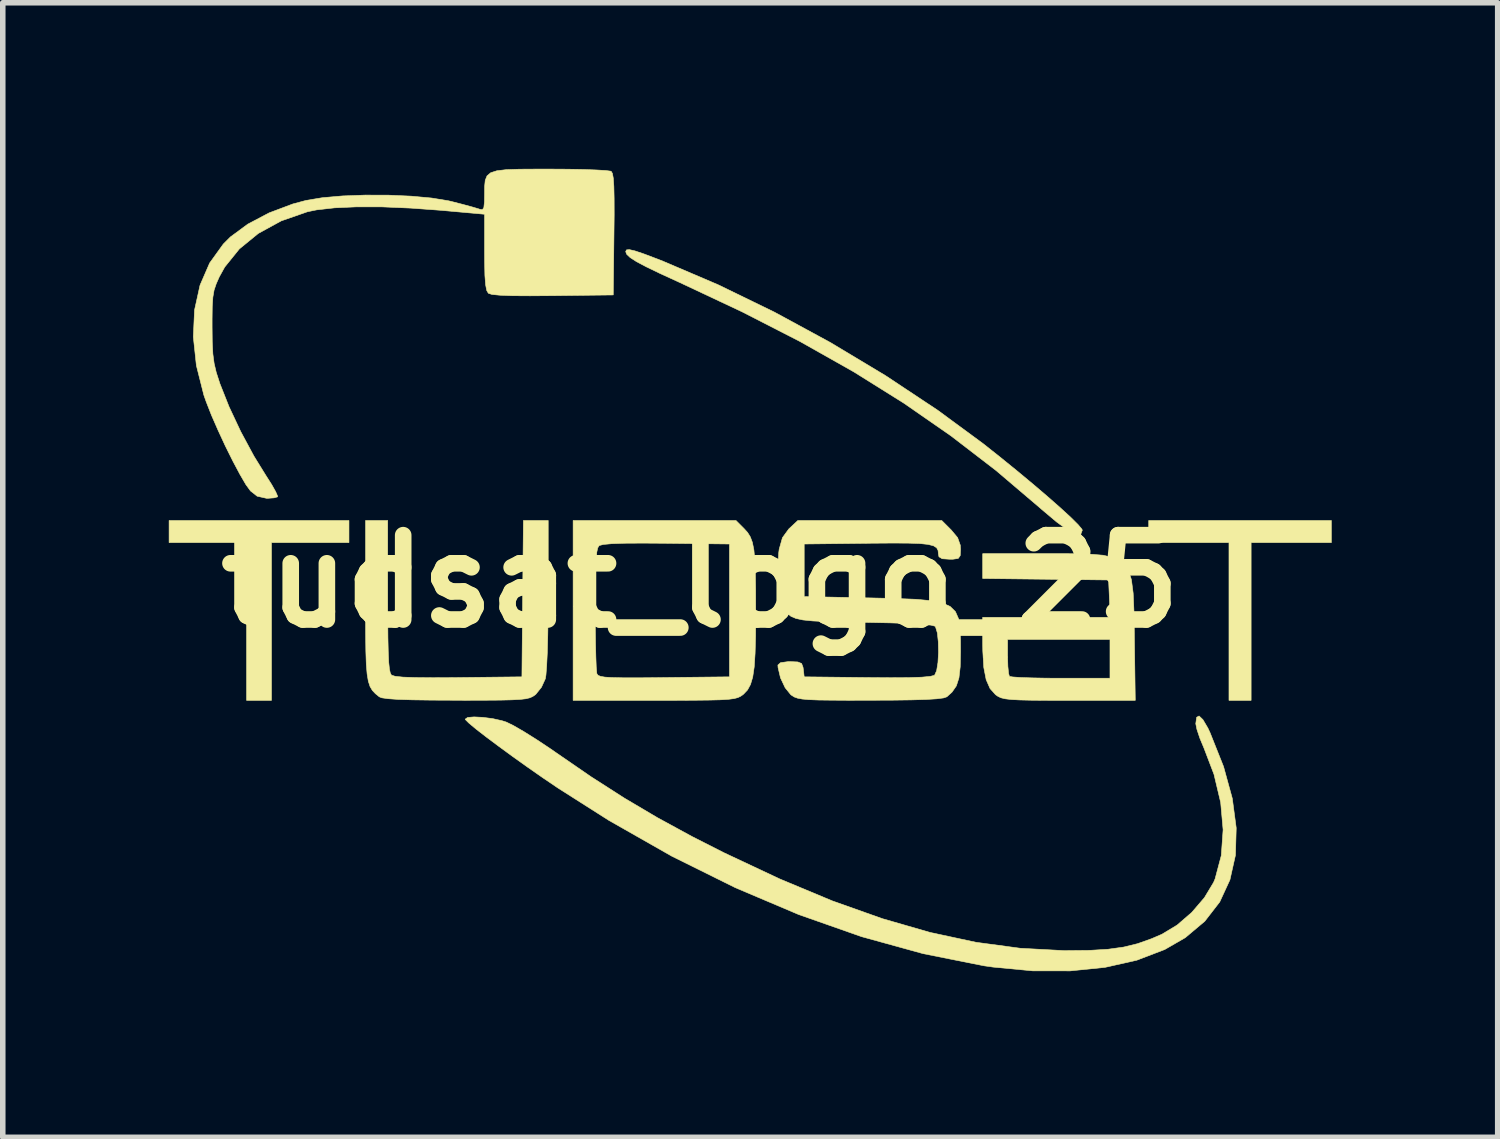
<source format=kicad_pcb>
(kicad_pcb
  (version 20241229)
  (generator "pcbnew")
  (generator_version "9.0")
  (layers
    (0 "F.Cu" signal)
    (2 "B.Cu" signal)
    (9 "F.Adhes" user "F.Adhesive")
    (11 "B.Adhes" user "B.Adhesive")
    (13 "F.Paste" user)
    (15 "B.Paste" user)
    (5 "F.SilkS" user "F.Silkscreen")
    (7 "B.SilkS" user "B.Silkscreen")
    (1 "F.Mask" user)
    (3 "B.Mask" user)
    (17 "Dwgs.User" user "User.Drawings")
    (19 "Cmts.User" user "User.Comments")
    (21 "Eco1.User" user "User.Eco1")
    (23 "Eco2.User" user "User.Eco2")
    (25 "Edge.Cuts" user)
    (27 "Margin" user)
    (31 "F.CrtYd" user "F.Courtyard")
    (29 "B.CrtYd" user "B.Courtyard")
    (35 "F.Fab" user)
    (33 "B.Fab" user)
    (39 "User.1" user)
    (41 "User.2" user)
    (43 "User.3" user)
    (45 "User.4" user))
  (footprint "tudsat_logo_25"
    (layer "F.Cu")
    (at 9.605 7.454)
    (property "Reference" "tudsat_logo_25" (at 0 0 0) (layer "F.SilkS") (effects (font (size 1.524 1.524) (thickness 0.3))))
    (attr through_hole)
    (fp_poly (pts (xy -6.35 -0.7) (xy -7.75 -0.7) (xy -7.75 2.15) (xy -8.2 2.15) (xy -8.2 -0.7) (xy -9.6 -0.7) (xy -9.6 -1.1) (xy -6.35 -1.1) (xy -6.35 -0.7)) (stroke (width 0.01) (type solid)) (fill yes) (layer "F.SilkS"))
    (fp_poly (pts (xy 11.4 -0.7) (xy 9.95 -0.7) (xy 9.95 2.15) (xy 9.55 2.15) (xy 9.55 -0.7) (xy 8.1 -0.7) (xy 8.1 -1.1) (xy 11.4 -1.1) (xy 11.4 -0.7)) (stroke (width 0.01) (type solid)) (fill yes) (layer "F.SilkS"))
    (fp_poly (pts (xy -1.183 -5.971) (xy -1.02 -5.916) (xy -0.782 -5.826) (xy -0.675 -5.784) (xy 0.318 -5.36) (xy 1.336 -4.865) (xy 2.353 -4.313) (xy 3.345 -3.717) (xy 4.287 -3.092) (xy 5.107 -2.489) (xy 5.412 -2.247) (xy 5.714 -2.002) (xy 6.003 -1.762) (xy 6.268 -1.536) (xy 6.5 -1.332) (xy 6.688 -1.16) (xy 6.822 -1.027) (xy 6.892 -0.944) (xy 6.9 -0.925) (xy 6.872 -0.851) (xy 6.786 -0.85) (xy 6.641 -0.924) (xy 6.436 -1.073) (xy 6.169 -1.298) (xy 6.123 -1.338) (xy 5.34 -2.004) (xy 4.527 -2.629) (xy 3.675 -3.22) (xy 2.77 -3.786) (xy 1.801 -4.333) (xy 0.755 -4.869) (xy -0.378 -5.402) (xy -0.385 -5.405) (xy -0.721 -5.559) (xy -0.974 -5.681) (xy -1.154 -5.776) (xy -1.27 -5.851) (xy -1.332 -5.91) (xy -1.35 -5.958) (xy -1.336 -5.989) (xy -1.284 -5.994) (xy -1.183 -5.971)) (stroke (width 0.01) (type solid)) (fill yes) (layer "F.SilkS"))
    (fp_poly (pts (xy 7.001 -0.494) (xy 7.276 -0.472) (xy 7.482 -0.424) (xy 7.629 -0.341) (xy 7.727 -0.214) (xy 7.787 -0.032) (xy 7.819 0.214) (xy 7.833 0.533) (xy 7.84 0.936) (xy 7.841 1.035) (xy 7.857 2.15) (xy 6.66 2.15) (xy 6.282 2.15) (xy 5.991 2.148) (xy 5.773 2.143) (xy 5.616 2.135) (xy 5.507 2.122) (xy 5.432 2.104) (xy 5.378 2.079) (xy 5.333 2.048) (xy 5.233 1.936) (xy 5.163 1.777) (xy 5.12 1.556) (xy 5.102 1.257) (xy 5.1 1.113) (xy 5.1 1.05) (xy 5.55 1.05) (xy 5.55 1.367) (xy 5.555 1.536) (xy 5.568 1.664) (xy 5.583 1.717) (xy 5.642 1.727) (xy 5.784 1.737) (xy 5.992 1.744) (xy 6.251 1.749) (xy 6.508 1.75) (xy 7.4 1.75) (xy 7.4 1.05) (xy 5.55 1.05) (xy 5.1 1.05) (xy 5.1 0.65) (xy 7.405 0.65) (xy 7.375 -0.025) (xy 5.1 -0.052) (xy 5.1 -0.5) (xy 6.202 -0.5) (xy 6.646 -0.5) (xy 7.001 -0.494)) (stroke (width 0.01) (type solid)) (fill yes) (layer "F.SilkS"))
    (fp_poly (pts (xy -5.65 0.269) (xy -5.649 0.691) (xy -5.646 1.023) (xy -5.64 1.276) (xy -5.632 1.459) (xy -5.619 1.583) (xy -5.603 1.658) (xy -5.582 1.694) (xy -5.581 1.695) (xy -5.516 1.715) (xy -5.374 1.73) (xy -5.15 1.738) (xy -4.837 1.741) (xy -4.431 1.739) (xy -4.369 1.738) (xy -3.225 1.725) (xy -3.212 0.312) (xy -3.198 -1.1) (xy -2.75 -1.1) (xy -2.75 0.237) (xy -2.752 0.624) (xy -2.758 0.976) (xy -2.766 1.282) (xy -2.778 1.525) (xy -2.791 1.693) (xy -2.802 1.76) (xy -2.872 1.913) (xy -2.973 2.039) (xy -2.983 2.048) (xy -3.028 2.079) (xy -3.08 2.103) (xy -3.152 2.121) (xy -3.258 2.133) (xy -3.409 2.141) (xy -3.617 2.146) (xy -3.896 2.148) (xy -4.258 2.149) (xy -4.419 2.148) (xy -4.857 2.146) (xy -5.202 2.141) (xy -5.462 2.133) (xy -5.644 2.12) (xy -5.757 2.104) (xy -5.802 2.086) (xy -5.872 2.029) (xy -5.927 1.971) (xy -5.969 1.9) (xy -6 1.805) (xy -6.022 1.674) (xy -6.037 1.496) (xy -6.045 1.258) (xy -6.049 0.95) (xy -6.05 0.558) (xy -6.05 0.339) (xy -6.05 -1.1) (xy -5.65 -1.1) (xy -5.65 0.269)) (stroke (width 0.01) (type solid)) (fill yes) (layer "F.SilkS"))
    (fp_poly (pts (xy 0.789 -0.953) (xy 0.853 -0.882) (xy 0.902 -0.803) (xy 0.939 -0.704) (xy 0.966 -0.57) (xy 0.983 -0.389) (xy 0.993 -0.148) (xy 0.998 0.167) (xy 0.999 0.568) (xy 0.999 0.575) (xy 0.997 0.982) (xy 0.988 1.301) (xy 0.972 1.546) (xy 0.945 1.729) (xy 0.905 1.863) (xy 0.852 1.961) (xy 0.782 2.035) (xy 0.767 2.048) (xy 0.725 2.077) (xy 0.676 2.1) (xy 0.607 2.118) (xy 0.508 2.131) (xy 0.366 2.14) (xy 0.17 2.145) (xy -0.092 2.148) (xy -0.431 2.15) (xy -0.832 2.15) (xy -2.3 2.15) (xy -2.3 0.502) (xy -1.9 0.502) (xy -1.899 0.826) (xy -1.895 1.119) (xy -1.889 1.366) (xy -1.882 1.55) (xy -1.873 1.655) (xy -1.869 1.672) (xy -1.85 1.697) (xy -1.806 1.716) (xy -1.726 1.73) (xy -1.598 1.738) (xy -1.41 1.742) (xy -1.15 1.743) (xy -0.807 1.74) (xy -0.657 1.738) (xy 0.525 1.725) (xy 0.525 -0.675) (xy -0.619 -0.688) (xy -1.038 -0.691) (xy -1.363 -0.689) (xy -1.599 -0.681) (xy -1.752 -0.667) (xy -1.827 -0.648) (xy -1.831 -0.645) (xy -1.855 -0.605) (xy -1.873 -0.524) (xy -1.885 -0.389) (xy -1.894 -0.19) (xy -1.898 0.085) (xy -1.9 0.448) (xy -1.9 0.502) (xy -2.3 0.502) (xy -2.3 -1.1) (xy 0.642 -1.1) (xy 0.789 -0.953)) (stroke (width 0.01) (type solid)) (fill yes) (layer "F.SilkS"))
    (fp_poly (pts (xy 9.079 2.498) (xy 9.168 2.649) (xy 9.208 2.734) (xy 9.452 3.347) (xy 9.61 3.922) (xy 9.681 4.456) (xy 9.667 4.947) (xy 9.567 5.393) (xy 9.383 5.792) (xy 9.113 6.141) (xy 8.76 6.438) (xy 8.389 6.652) (xy 7.884 6.845) (xy 7.311 6.974) (xy 6.681 7.038) (xy 6.002 7.037) (xy 5.286 6.969) (xy 5.125 6.946) (xy 4.03 6.728) (xy 2.911 6.419) (xy 1.776 6.02) (xy 0.632 5.535) (xy -0.514 4.967) (xy -1.655 4.318) (xy -2.575 3.733) (xy -2.845 3.55) (xy -3.122 3.357) (xy -3.394 3.163) (xy -3.648 2.977) (xy -3.873 2.809) (xy -4.056 2.667) (xy -4.184 2.56) (xy -4.246 2.498) (xy -4.25 2.49) (xy -4.206 2.459) (xy -4.09 2.449) (xy -3.931 2.457) (xy -3.753 2.48) (xy -3.584 2.518) (xy -3.506 2.543) (xy -3.379 2.605) (xy -3.192 2.713) (xy -2.967 2.854) (xy -2.724 3.015) (xy -2.613 3.092) (xy -1.975 3.531) (xy -1.373 3.917) (xy -0.776 4.27) (xy -0.15 4.611) (xy 0.425 4.903) (xy 1.432 5.376) (xy 2.383 5.773) (xy 3.287 6.094) (xy 4.15 6.343) (xy 4.978 6.521) (xy 5.779 6.629) (xy 6.56 6.671) (xy 6.625 6.671) (xy 7.032 6.667) (xy 7.364 6.647) (xy 7.645 6.608) (xy 7.899 6.546) (xy 8.152 6.456) (xy 8.34 6.375) (xy 8.613 6.21) (xy 8.878 5.981) (xy 9.106 5.715) (xy 9.271 5.441) (xy 9.299 5.375) (xy 9.411 4.954) (xy 9.444 4.489) (xy 9.4 3.995) (xy 9.279 3.486) (xy 9.099 3.014) (xy 9.024 2.834) (xy 8.971 2.675) (xy 8.95 2.572) (xy 8.95 2.571) (xy 8.966 2.456) (xy 9.01 2.432) (xy 9.079 2.498)) (stroke (width 0.01) (type solid)) (fill yes) (layer "F.SilkS"))
    (fp_poly (pts (xy 4.53 -0.93) (xy 4.647 -0.79) (xy 4.695 -0.655) (xy 4.7 -0.58) (xy 4.694 -0.465) (xy 4.658 -0.414) (xy 4.562 -0.4) (xy 4.5 -0.4) (xy 4.368 -0.409) (xy 4.31 -0.444) (xy 4.3 -0.494) (xy 4.294 -0.558) (xy 4.268 -0.607) (xy 4.211 -0.643) (xy 4.112 -0.668) (xy 3.959 -0.684) (xy 3.741 -0.691) (xy 3.447 -0.692) (xy 3.066 -0.689) (xy 3.019 -0.688) (xy 1.875 -0.675) (xy 1.875 0.275) (xy 3.1 0.3) (xy 3.542 0.31) (xy 3.893 0.324) (xy 4.166 0.349) (xy 4.368 0.39) (xy 4.512 0.453) (xy 4.607 0.546) (xy 4.663 0.673) (xy 4.69 0.842) (xy 4.699 1.057) (xy 4.7 1.266) (xy 4.694 1.544) (xy 4.671 1.744) (xy 4.624 1.889) (xy 4.546 2.001) (xy 4.452 2.086) (xy 4.394 2.106) (xy 4.272 2.122) (xy 4.079 2.134) (xy 3.806 2.142) (xy 3.448 2.147) (xy 3.069 2.148) (xy 2.673 2.149) (xy 2.364 2.147) (xy 2.13 2.144) (xy 1.959 2.137) (xy 1.838 2.126) (xy 1.754 2.11) (xy 1.696 2.089) (xy 1.65 2.06) (xy 1.633 2.048) (xy 1.531 1.922) (xy 1.447 1.744) (xy 1.403 1.558) (xy 1.4 1.512) (xy 1.448 1.469) (xy 1.586 1.45) (xy 1.622 1.45) (xy 1.76 1.456) (xy 1.828 1.484) (xy 1.854 1.552) (xy 1.859 1.587) (xy 1.875 1.725) (xy 3.019 1.738) (xy 3.438 1.741) (xy 3.763 1.739) (xy 3.999 1.731) (xy 4.152 1.717) (xy 4.227 1.698) (xy 4.231 1.695) (xy 4.268 1.614) (xy 4.292 1.466) (xy 4.302 1.282) (xy 4.298 1.093) (xy 4.281 0.931) (xy 4.249 0.826) (xy 4.236 0.809) (xy 4.165 0.791) (xy 4.001 0.775) (xy 3.752 0.761) (xy 3.427 0.75) (xy 3.033 0.742) (xy 2.974 0.741) (xy 2.575 0.735) (xy 2.263 0.727) (xy 2.026 0.715) (xy 1.851 0.697) (xy 1.726 0.67) (xy 1.638 0.633) (xy 1.575 0.583) (xy 1.523 0.517) (xy 1.499 0.48) (xy 1.458 0.363) (xy 1.427 0.176) (xy 1.408 -0.052) (xy 1.403 -0.29) (xy 1.414 -0.509) (xy 1.423 -0.58) (xy 1.482 -0.789) (xy 1.597 -0.947) (xy 1.61 -0.959) (xy 1.761 -1.1) (xy 4.36 -1.1) (xy 4.53 -0.93)) (stroke (width 0.01) (type solid)) (fill yes) (layer "F.SilkS"))
    (fp_poly (pts (xy -2.709 -7.449) (xy -2.395 -7.447) (xy -2.113 -7.442) (xy -1.879 -7.433) (xy -1.709 -7.423) (xy -1.619 -7.411) (xy -1.612 -7.408) (xy -1.59 -7.371) (xy -1.574 -7.284) (xy -1.564 -7.137) (xy -1.559 -6.919) (xy -1.558 -6.621) (xy -1.562 -6.271) (xy -1.575 -5.175) (xy -2.669 -5.162) (xy -3.079 -5.159) (xy -3.395 -5.161) (xy -3.622 -5.17) (xy -3.766 -5.184) (xy -3.831 -5.205) (xy -3.861 -5.256) (xy -3.881 -5.359) (xy -3.894 -5.528) (xy -3.899 -5.777) (xy -3.9 -5.947) (xy -3.9 -6.633) (xy -4.688 -6.704) (xy -5.234 -6.744) (xy -5.745 -6.766) (xy -6.208 -6.767) (xy -6.609 -6.749) (xy -6.935 -6.712) (xy -7.1 -6.678) (xy -7.574 -6.513) (xy -7.987 -6.287) (xy -8.33 -6.007) (xy -8.594 -5.68) (xy -8.694 -5.5) (xy -8.749 -5.375) (xy -8.787 -5.262) (xy -8.809 -5.134) (xy -8.82 -4.968) (xy -8.823 -4.738) (xy -8.823 -4.6) (xy -8.82 -4.32) (xy -8.809 -4.109) (xy -8.786 -3.938) (xy -8.748 -3.776) (xy -8.689 -3.594) (xy -8.683 -3.575) (xy -8.517 -3.156) (xy -8.305 -2.705) (xy -8.067 -2.263) (xy -7.852 -1.915) (xy -7.747 -1.75) (xy -7.673 -1.618) (xy -7.639 -1.539) (xy -7.64 -1.527) (xy -7.703 -1.509) (xy -7.823 -1.5) (xy -7.836 -1.5) (xy -8.009 -1.539) (xy -8.129 -1.634) (xy -8.212 -1.748) (xy -8.321 -1.935) (xy -8.448 -2.174) (xy -8.583 -2.445) (xy -8.714 -2.728) (xy -8.834 -3.002) (xy -8.93 -3.247) (xy -8.972 -3.366) (xy -9.107 -3.901) (xy -9.162 -4.417) (xy -9.14 -4.903) (xy -9.041 -5.351) (xy -8.867 -5.752) (xy -8.62 -6.095) (xy -8.492 -6.223) (xy -8.177 -6.455) (xy -7.792 -6.658) (xy -7.364 -6.819) (xy -7.125 -6.883) (xy -6.83 -6.932) (xy -6.466 -6.964) (xy -6.059 -6.979) (xy -5.637 -6.978) (xy -5.227 -6.96) (xy -4.856 -6.926) (xy -4.551 -6.876) (xy -4.5 -6.864) (xy -4.297 -6.812) (xy -4.124 -6.765) (xy -4.009 -6.731) (xy -3.987 -6.723) (xy -3.939 -6.715) (xy -3.913 -6.753) (xy -3.902 -6.856) (xy -3.9 -6.991) (xy -3.899 -7.135) (xy -3.888 -7.246) (xy -3.855 -7.327) (xy -3.789 -7.383) (xy -3.677 -7.419) (xy -3.507 -7.439) (xy -3.269 -7.447) (xy -2.95 -7.449) (xy -2.709 -7.449)) (stroke (width 0.01) (type solid)) (fill yes) (layer "F.SilkS")))
  (gr_rect
    (start -3 -3)
    (end 24.01 17.498)
    (stroke (width 0.1) (type default))
    (fill no)
    (layer "Edge.Cuts")))
</source>
